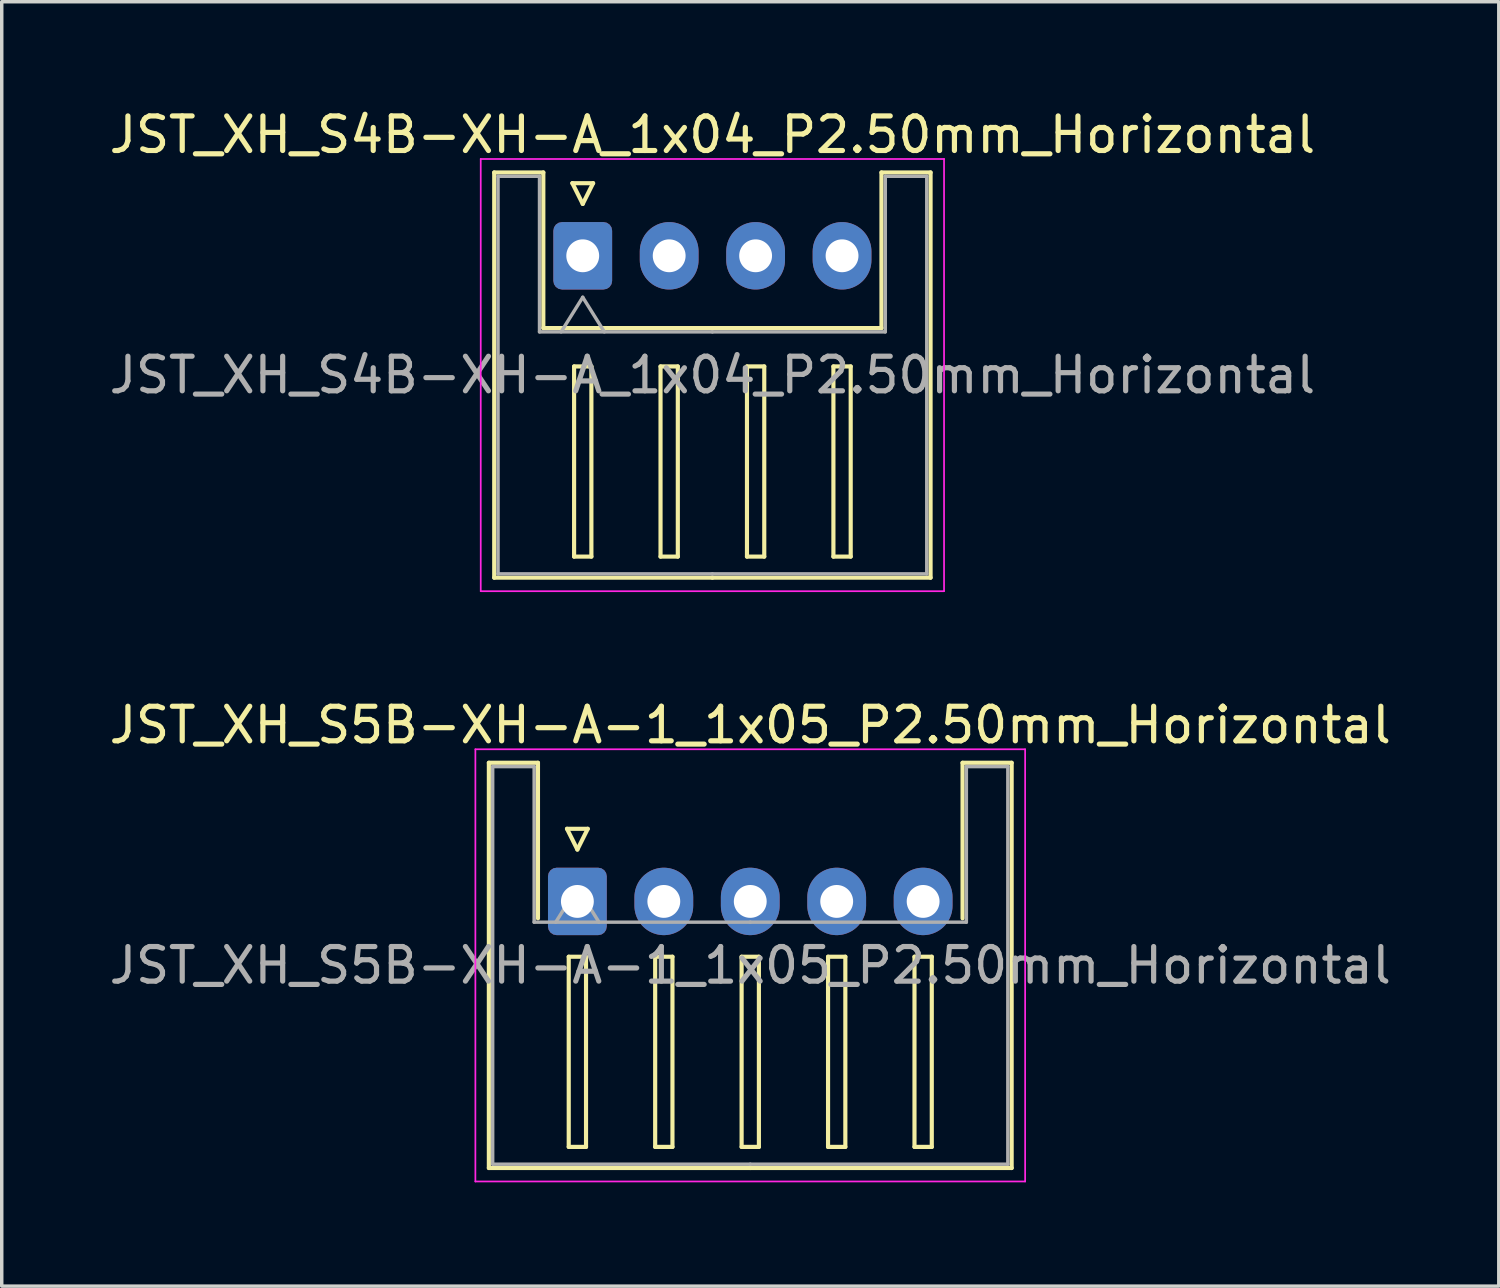
<source format=kicad_pcb>
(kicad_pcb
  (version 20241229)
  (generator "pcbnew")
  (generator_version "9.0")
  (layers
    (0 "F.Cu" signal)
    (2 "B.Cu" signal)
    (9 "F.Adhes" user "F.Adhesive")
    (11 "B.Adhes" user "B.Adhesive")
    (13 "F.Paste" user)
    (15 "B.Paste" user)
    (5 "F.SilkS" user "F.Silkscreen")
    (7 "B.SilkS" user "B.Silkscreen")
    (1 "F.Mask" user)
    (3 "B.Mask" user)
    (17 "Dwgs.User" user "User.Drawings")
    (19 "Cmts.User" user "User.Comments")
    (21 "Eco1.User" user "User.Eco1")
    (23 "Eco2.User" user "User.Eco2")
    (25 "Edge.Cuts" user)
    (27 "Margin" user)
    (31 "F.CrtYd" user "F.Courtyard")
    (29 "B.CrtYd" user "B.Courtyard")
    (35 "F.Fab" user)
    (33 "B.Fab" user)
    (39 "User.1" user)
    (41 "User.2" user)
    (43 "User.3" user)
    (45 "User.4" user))
  (footprint "JST_XH_S4B-XH-A_1x04_P2.50mm_Horizontal"
    (layer "F.Cu")
    (at 13.804 4.348)
    (property "Reference" "JST_XH_S4B-XH-A_1x04_P2.50mm_Horizontal" (at 3.75 -3.5 0) (layer "F.SilkS") (effects (font (size 1 1) (thickness 0.15))))
    (attr through_hole)
    (fp_line (start -2.56 -2.41) (end -1.14 -2.41) (stroke (width 0.12) (type solid)) (layer "F.SilkS"))
    (fp_line (start -2.56 9.31) (end -2.56 -2.41) (stroke (width 0.12) (type solid)) (layer "F.SilkS"))
    (fp_line (start -1.14 -2.41) (end -1.14 2.09) (stroke (width 0.12) (type solid)) (layer "F.SilkS"))
    (fp_line (start -1.14 2.09) (end 3.75 2.09) (stroke (width 0.12) (type solid)) (layer "F.SilkS"))
    (fp_line (start -0.3 -2.1) (end 0.3 -2.1) (stroke (width 0.12) (type solid)) (layer "F.SilkS"))
    (fp_line (start -0.25 3.2) (end -0.25 8.7) (stroke (width 0.12) (type solid)) (layer "F.SilkS"))
    (fp_line (start -0.25 8.7) (end 0.25 8.7) (stroke (width 0.12) (type solid)) (layer "F.SilkS"))
    (fp_line (start 0 -1.5) (end -0.3 -2.1) (stroke (width 0.12) (type solid)) (layer "F.SilkS"))
    (fp_line (start 0.25 3.2) (end -0.25 3.2) (stroke (width 0.12) (type solid)) (layer "F.SilkS"))
    (fp_line (start 0.25 8.7) (end 0.25 3.2) (stroke (width 0.12) (type solid)) (layer "F.SilkS"))
    (fp_line (start 0.3 -2.1) (end 0 -1.5) (stroke (width 0.12) (type solid)) (layer "F.SilkS"))
    (fp_line (start 2.25 3.2) (end 2.25 8.7) (stroke (width 0.12) (type solid)) (layer "F.SilkS"))
    (fp_line (start 2.25 8.7) (end 2.75 8.7) (stroke (width 0.12) (type solid)) (layer "F.SilkS"))
    (fp_line (start 2.75 3.2) (end 2.25 3.2) (stroke (width 0.12) (type solid)) (layer "F.SilkS"))
    (fp_line (start 2.75 8.7) (end 2.75 3.2) (stroke (width 0.12) (type solid)) (layer "F.SilkS"))
    (fp_line (start 3.75 9.31) (end -2.56 9.31) (stroke (width 0.12) (type solid)) (layer "F.SilkS"))
    (fp_line (start 3.75 9.31) (end 10.06 9.31) (stroke (width 0.12) (type solid)) (layer "F.SilkS"))
    (fp_line (start 4.75 3.2) (end 4.75 8.7) (stroke (width 0.12) (type solid)) (layer "F.SilkS"))
    (fp_line (start 4.75 8.7) (end 5.25 8.7) (stroke (width 0.12) (type solid)) (layer "F.SilkS"))
    (fp_line (start 5.25 3.2) (end 4.75 3.2) (stroke (width 0.12) (type solid)) (layer "F.SilkS"))
    (fp_line (start 5.25 8.7) (end 5.25 3.2) (stroke (width 0.12) (type solid)) (layer "F.SilkS"))
    (fp_line (start 7.25 3.2) (end 7.25 8.7) (stroke (width 0.12) (type solid)) (layer "F.SilkS"))
    (fp_line (start 7.25 8.7) (end 7.75 8.7) (stroke (width 0.12) (type solid)) (layer "F.SilkS"))
    (fp_line (start 7.75 3.2) (end 7.25 3.2) (stroke (width 0.12) (type solid)) (layer "F.SilkS"))
    (fp_line (start 7.75 8.7) (end 7.75 3.2) (stroke (width 0.12) (type solid)) (layer "F.SilkS"))
    (fp_line (start 8.64 -2.41) (end 8.64 2.09) (stroke (width 0.12) (type solid)) (layer "F.SilkS"))
    (fp_line (start 8.64 2.09) (end 3.75 2.09) (stroke (width 0.12) (type solid)) (layer "F.SilkS"))
    (fp_line (start 10.06 -2.41) (end 8.64 -2.41) (stroke (width 0.12) (type solid)) (layer "F.SilkS"))
    (fp_line (start 10.06 9.31) (end 10.06 -2.41) (stroke (width 0.12) (type solid)) (layer "F.SilkS"))
    (fp_line (start -2.95 -2.8) (end -2.95 9.7) (stroke (width 0.05) (type solid)) (layer "F.CrtYd"))
    (fp_line (start -2.95 9.7) (end 10.45 9.7) (stroke (width 0.05) (type solid)) (layer "F.CrtYd"))
    (fp_line (start 10.45 -2.8) (end -2.95 -2.8) (stroke (width 0.05) (type solid)) (layer "F.CrtYd"))
    (fp_line (start 10.45 9.7) (end 10.45 -2.8) (stroke (width 0.05) (type solid)) (layer "F.CrtYd"))
    (fp_line (start -2.45 -2.3) (end -1.25 -2.3) (stroke (width 0.1) (type solid)) (layer "F.Fab"))
    (fp_line (start -2.45 9.2) (end -2.45 -2.3) (stroke (width 0.1) (type solid)) (layer "F.Fab"))
    (fp_line (start -1.25 -2.3) (end -1.25 2.2) (stroke (width 0.1) (type solid)) (layer "F.Fab"))
    (fp_line (start -1.25 2.2) (end 3.75 2.2) (stroke (width 0.1) (type solid)) (layer "F.Fab"))
    (fp_line (start -0.625 2.2) (end 0 1.2) (stroke (width 0.1) (type solid)) (layer "F.Fab"))
    (fp_line (start 0 1.2) (end 0.625 2.2) (stroke (width 0.1) (type solid)) (layer "F.Fab"))
    (fp_line (start 3.75 9.2) (end -2.45 9.2) (stroke (width 0.1) (type solid)) (layer "F.Fab"))
    (fp_line (start 3.75 9.2) (end 9.95 9.2) (stroke (width 0.1) (type solid)) (layer "F.Fab"))
    (fp_line (start 8.75 -2.3) (end 8.75 2.2) (stroke (width 0.1) (type solid)) (layer "F.Fab"))
    (fp_line (start 8.75 2.2) (end 3.75 2.2) (stroke (width 0.1) (type solid)) (layer "F.Fab"))
    (fp_line (start 9.95 -2.3) (end 8.75 -2.3) (stroke (width 0.1) (type solid)) (layer "F.Fab"))
    (fp_line (start 9.95 9.2) (end 9.95 -2.3) (stroke (width 0.1) (type solid)) (layer "F.Fab"))
    (fp_text user "${REFERENCE}" (at 3.75 3.45 0) (layer "F.Fab") (effects (font (size 1 1) (thickness 0.15))))
    (pad "1" thru_hole roundrect (at 0 0) (size 1.7 1.95) (drill 0.95) (layers "*.Cu" "*.Mask") (roundrect_rratio 0.147))
    (pad "2" thru_hole oval (at 2.5 0) (size 1.7 1.95) (drill 0.95) (layers "*.Cu" "*.Mask"))
    (pad "3" thru_hole oval (at 5 0) (size 1.7 1.95) (drill 0.95) (layers "*.Cu" "*.Mask"))
    (pad "4" thru_hole oval (at 7.5 0) (size 1.7 1.95) (drill 0.95) (layers "*.Cu" "*.Mask")))
  (footprint "JST_XH_S5B-XH-A-1_1x05_P2.50mm_Horizontal"
    (layer "F.Cu")
    (at 13.649 23.021)
    (property "Reference" "JST_XH_S5B-XH-A-1_1x05_P2.50mm_Horizontal" (at 5 -5.1 0) (layer "F.SilkS") (effects (font (size 1 1) (thickness 0.15))))
    (attr through_hole)
    (fp_line (start -2.56 -4.01) (end -1.14 -4.01) (stroke (width 0.12) (type solid)) (layer "F.SilkS"))
    (fp_line (start -2.56 7.71) (end -2.56 -4.01) (stroke (width 0.12) (type solid)) (layer "F.SilkS"))
    (fp_line (start -1.14 -4.01) (end -1.14 0.49) (stroke (width 0.12) (type solid)) (layer "F.SilkS"))
    (fp_line (start -0.3 -2.1) (end 0.3 -2.1) (stroke (width 0.12) (type solid)) (layer "F.SilkS"))
    (fp_line (start -0.25 1.6) (end -0.25 7.1) (stroke (width 0.12) (type solid)) (layer "F.SilkS"))
    (fp_line (start -0.25 7.1) (end 0.25 7.1) (stroke (width 0.12) (type solid)) (layer "F.SilkS"))
    (fp_line (start 0 -1.5) (end -0.3 -2.1) (stroke (width 0.12) (type solid)) (layer "F.SilkS"))
    (fp_line (start 0.25 1.6) (end -0.25 1.6) (stroke (width 0.12) (type solid)) (layer "F.SilkS"))
    (fp_line (start 0.25 7.1) (end 0.25 1.6) (stroke (width 0.12) (type solid)) (layer "F.SilkS"))
    (fp_line (start 0.3 -2.1) (end 0 -1.5) (stroke (width 0.12) (type solid)) (layer "F.SilkS"))
    (fp_line (start 2.25 1.6) (end 2.25 7.1) (stroke (width 0.12) (type solid)) (layer "F.SilkS"))
    (fp_line (start 2.25 7.1) (end 2.75 7.1) (stroke (width 0.12) (type solid)) (layer "F.SilkS"))
    (fp_line (start 2.75 1.6) (end 2.25 1.6) (stroke (width 0.12) (type solid)) (layer "F.SilkS"))
    (fp_line (start 2.75 7.1) (end 2.75 1.6) (stroke (width 0.12) (type solid)) (layer "F.SilkS"))
    (fp_line (start 4.75 1.6) (end 4.75 7.1) (stroke (width 0.12) (type solid)) (layer "F.SilkS"))
    (fp_line (start 4.75 7.1) (end 5.25 7.1) (stroke (width 0.12) (type solid)) (layer "F.SilkS"))
    (fp_line (start 5 7.71) (end -2.56 7.71) (stroke (width 0.12) (type solid)) (layer "F.SilkS"))
    (fp_line (start 5 7.71) (end 12.56 7.71) (stroke (width 0.12) (type solid)) (layer "F.SilkS"))
    (fp_line (start 5.25 1.6) (end 4.75 1.6) (stroke (width 0.12) (type solid)) (layer "F.SilkS"))
    (fp_line (start 5.25 7.1) (end 5.25 1.6) (stroke (width 0.12) (type solid)) (layer "F.SilkS"))
    (fp_line (start 7.25 1.6) (end 7.25 7.1) (stroke (width 0.12) (type solid)) (layer "F.SilkS"))
    (fp_line (start 7.25 7.1) (end 7.75 7.1) (stroke (width 0.12) (type solid)) (layer "F.SilkS"))
    (fp_line (start 7.75 1.6) (end 7.25 1.6) (stroke (width 0.12) (type solid)) (layer "F.SilkS"))
    (fp_line (start 7.75 7.1) (end 7.75 1.6) (stroke (width 0.12) (type solid)) (layer "F.SilkS"))
    (fp_line (start 9.75 1.6) (end 9.75 7.1) (stroke (width 0.12) (type solid)) (layer "F.SilkS"))
    (fp_line (start 9.75 7.1) (end 10.25 7.1) (stroke (width 0.12) (type solid)) (layer "F.SilkS"))
    (fp_line (start 10.25 1.6) (end 9.75 1.6) (stroke (width 0.12) (type solid)) (layer "F.SilkS"))
    (fp_line (start 10.25 7.1) (end 10.25 1.6) (stroke (width 0.12) (type solid)) (layer "F.SilkS"))
    (fp_line (start 11.14 -4.01) (end 11.14 0.49) (stroke (width 0.12) (type solid)) (layer "F.SilkS"))
    (fp_line (start 12.56 -4.01) (end 11.14 -4.01) (stroke (width 0.12) (type solid)) (layer "F.SilkS"))
    (fp_line (start 12.56 7.71) (end 12.56 -4.01) (stroke (width 0.12) (type solid)) (layer "F.SilkS"))
    (fp_line (start -2.95 -4.4) (end -2.95 8.1) (stroke (width 0.05) (type solid)) (layer "F.CrtYd"))
    (fp_line (start -2.95 8.1) (end 12.95 8.1) (stroke (width 0.05) (type solid)) (layer "F.CrtYd"))
    (fp_line (start 12.95 -4.4) (end -2.95 -4.4) (stroke (width 0.05) (type solid)) (layer "F.CrtYd"))
    (fp_line (start 12.95 8.1) (end 12.95 -4.4) (stroke (width 0.05) (type solid)) (layer "F.CrtYd"))
    (fp_line (start -2.45 -3.9) (end -1.25 -3.9) (stroke (width 0.1) (type solid)) (layer "F.Fab"))
    (fp_line (start -2.45 7.6) (end -2.45 -3.9) (stroke (width 0.1) (type solid)) (layer "F.Fab"))
    (fp_line (start -1.25 -3.9) (end -1.25 0.6) (stroke (width 0.1) (type solid)) (layer "F.Fab"))
    (fp_line (start -1.25 0.6) (end 5 0.6) (stroke (width 0.1) (type solid)) (layer "F.Fab"))
    (fp_line (start -0.625 0.6) (end 0 -0.4) (stroke (width 0.1) (type solid)) (layer "F.Fab"))
    (fp_line (start 0 -0.4) (end 0.625 0.6) (stroke (width 0.1) (type solid)) (layer "F.Fab"))
    (fp_line (start 5 7.6) (end -2.45 7.6) (stroke (width 0.1) (type solid)) (layer "F.Fab"))
    (fp_line (start 5 7.6) (end 12.45 7.6) (stroke (width 0.1) (type solid)) (layer "F.Fab"))
    (fp_line (start 11.25 -3.9) (end 11.25 0.6) (stroke (width 0.1) (type solid)) (layer "F.Fab"))
    (fp_line (start 11.25 0.6) (end 5 0.6) (stroke (width 0.1) (type solid)) (layer "F.Fab"))
    (fp_line (start 12.45 -3.9) (end 11.25 -3.9) (stroke (width 0.1) (type solid)) (layer "F.Fab"))
    (fp_line (start 12.45 7.6) (end 12.45 -3.9) (stroke (width 0.1) (type solid)) (layer "F.Fab"))
    (fp_text user "${REFERENCE}" (at 5 1.85 0) (layer "F.Fab") (effects (font (size 1 1) (thickness 0.15))))
    (pad "1" thru_hole roundrect (at 0 0) (size 1.7 1.95) (drill 0.95) (layers "*.Cu" "*.Mask") (roundrect_rratio 0.147))
    (pad "2" thru_hole oval (at 2.5 0) (size 1.7 1.95) (drill 0.95) (layers "*.Cu" "*.Mask"))
    (pad "3" thru_hole oval (at 5 0) (size 1.7 1.95) (drill 0.95) (layers "*.Cu" "*.Mask"))
    (pad "4" thru_hole oval (at 7.5 0) (size 1.7 1.95) (drill 0.95) (layers "*.Cu" "*.Mask"))
    (pad "5" thru_hole oval (at 10 0) (size 1.7 1.95) (drill 0.95) (layers "*.Cu" "*.Mask")))
  (gr_rect
    (start -3 -3)
    (end 40.298 34.147)
    (stroke (width 0.1) (type default))
    (fill no)
    (layer "Edge.Cuts")))
</source>
